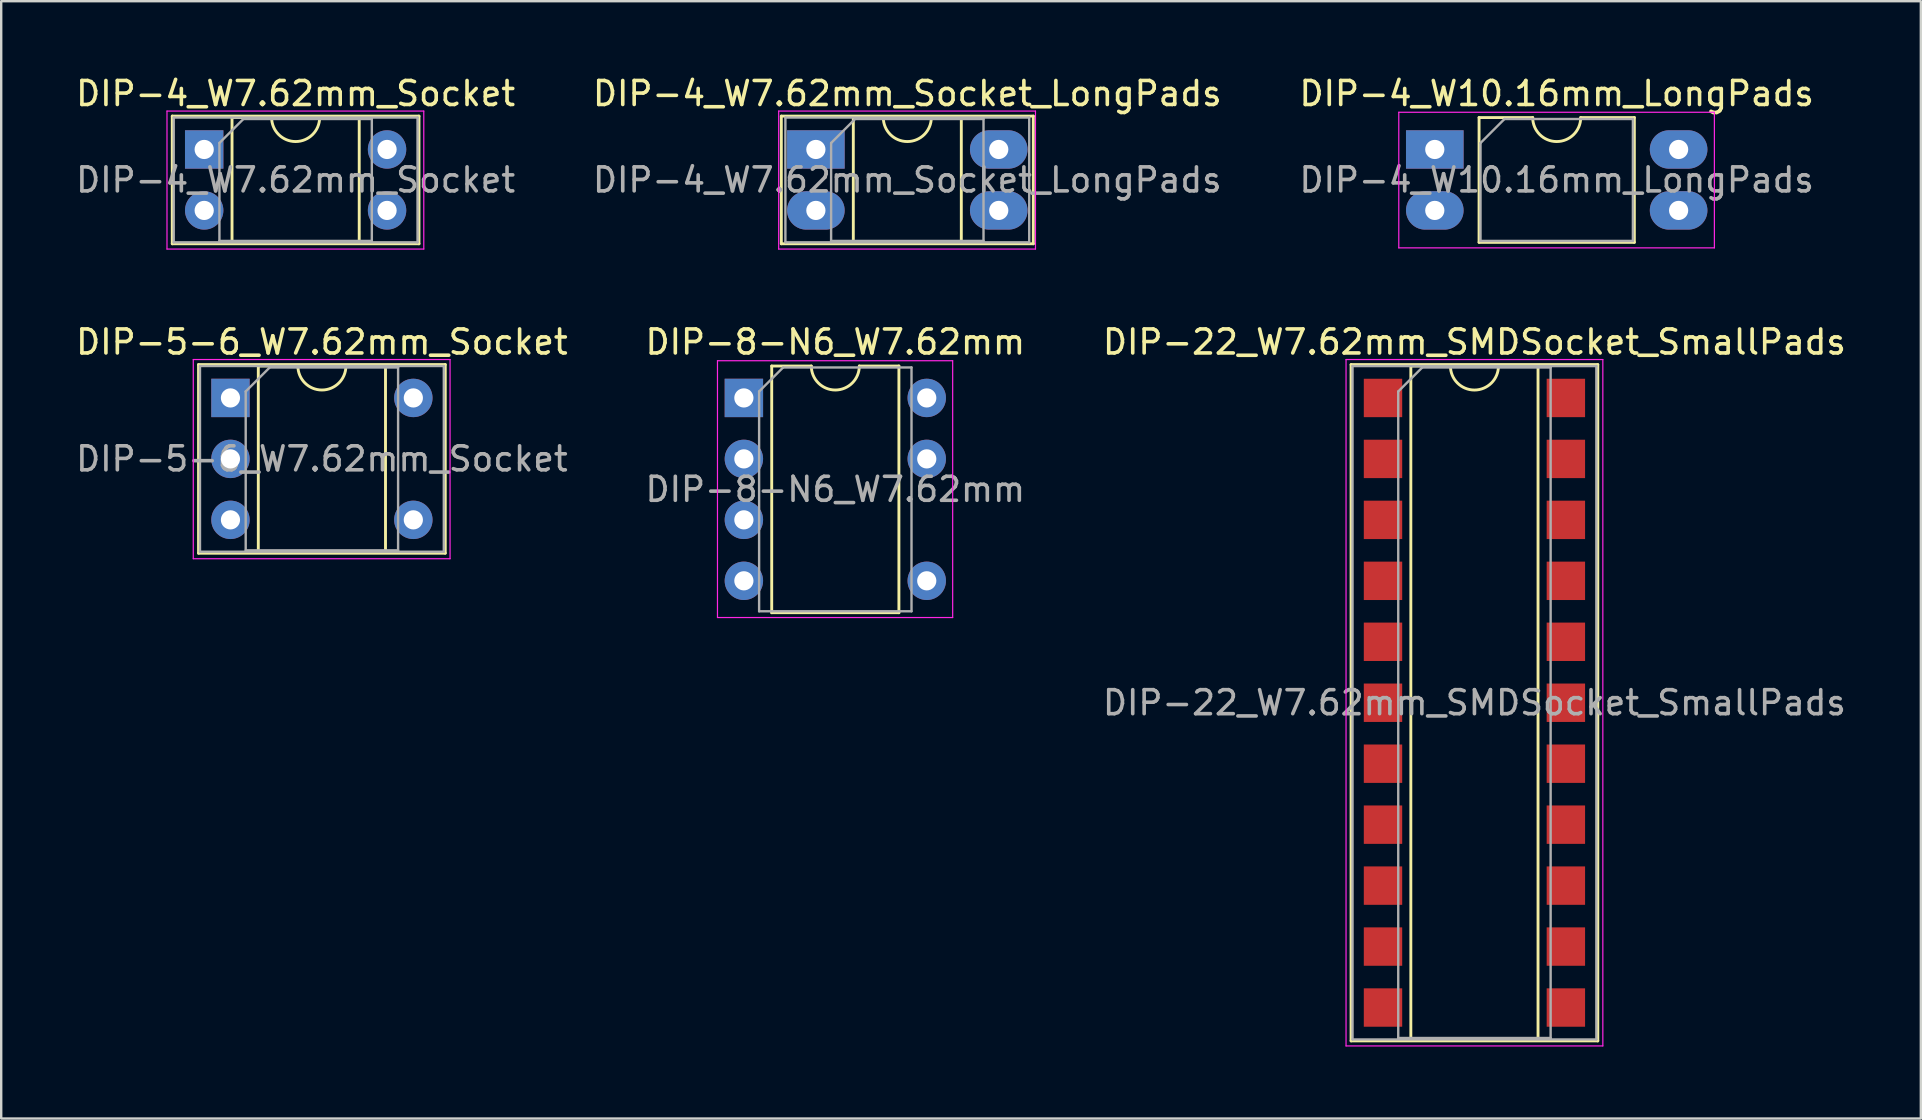
<source format=kicad_pcb>
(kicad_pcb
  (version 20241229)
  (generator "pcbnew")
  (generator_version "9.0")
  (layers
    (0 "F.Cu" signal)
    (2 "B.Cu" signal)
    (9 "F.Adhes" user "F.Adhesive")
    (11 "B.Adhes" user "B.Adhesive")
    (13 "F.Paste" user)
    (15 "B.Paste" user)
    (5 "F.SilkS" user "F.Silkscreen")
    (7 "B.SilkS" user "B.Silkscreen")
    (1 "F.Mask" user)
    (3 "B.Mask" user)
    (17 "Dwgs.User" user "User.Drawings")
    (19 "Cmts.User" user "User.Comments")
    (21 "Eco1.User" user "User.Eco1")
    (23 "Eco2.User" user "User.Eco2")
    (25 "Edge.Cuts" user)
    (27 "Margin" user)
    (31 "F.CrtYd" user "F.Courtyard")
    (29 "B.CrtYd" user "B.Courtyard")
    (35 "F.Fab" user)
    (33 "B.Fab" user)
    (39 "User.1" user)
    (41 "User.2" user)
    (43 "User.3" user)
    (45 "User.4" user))
  (footprint "DIP-4_W7.62mm_Socket"
    (layer "F.Cu")
    (at 5.458 3.178)
    (property "Reference" "DIP-4_W7.62mm_Socket" (at 3.81 -2.33 0) (layer "F.SilkS") (effects (font (size 1 1) (thickness 0.15))))
    (attr through_hole)
    (fp_line (start -1.33 -1.39) (end -1.33 3.93) (stroke (width 0.12) (type solid)) (layer "F.SilkS"))
    (fp_line (start -1.33 3.93) (end 8.95 3.93) (stroke (width 0.12) (type solid)) (layer "F.SilkS"))
    (fp_line (start 1.16 -1.33) (end 1.16 3.87) (stroke (width 0.12) (type solid)) (layer "F.SilkS"))
    (fp_line (start 1.16 3.87) (end 6.46 3.87) (stroke (width 0.12) (type solid)) (layer "F.SilkS"))
    (fp_line (start 2.81 -1.33) (end 1.16 -1.33) (stroke (width 0.12) (type solid)) (layer "F.SilkS"))
    (fp_line (start 6.46 -1.33) (end 4.81 -1.33) (stroke (width 0.12) (type solid)) (layer "F.SilkS"))
    (fp_line (start 6.46 3.87) (end 6.46 -1.33) (stroke (width 0.12) (type solid)) (layer "F.SilkS"))
    (fp_line (start 8.95 -1.39) (end -1.33 -1.39) (stroke (width 0.12) (type solid)) (layer "F.SilkS"))
    (fp_line (start 8.95 3.93) (end 8.95 -1.39) (stroke (width 0.12) (type solid)) (layer "F.SilkS"))
    (fp_arc (start 4.81 -1.33) (mid 3.81 -0.33) (end 2.81 -1.33) (stroke (width 0.12) (type solid)) (layer "F.SilkS"))
    (fp_line (start -1.55 -1.6) (end -1.55 4.15) (stroke (width 0.05) (type solid)) (layer "F.CrtYd"))
    (fp_line (start -1.55 4.15) (end 9.15 4.15) (stroke (width 0.05) (type solid)) (layer "F.CrtYd"))
    (fp_line (start 9.15 -1.6) (end -1.55 -1.6) (stroke (width 0.05) (type solid)) (layer "F.CrtYd"))
    (fp_line (start 9.15 4.15) (end 9.15 -1.6) (stroke (width 0.05) (type solid)) (layer "F.CrtYd"))
    (fp_line (start -1.27 -1.33) (end -1.27 3.87) (stroke (width 0.1) (type solid)) (layer "F.Fab"))
    (fp_line (start -1.27 3.87) (end 8.89 3.87) (stroke (width 0.1) (type solid)) (layer "F.Fab"))
    (fp_line (start 0.635 -0.27) (end 1.635 -1.27) (stroke (width 0.1) (type solid)) (layer "F.Fab"))
    (fp_line (start 0.635 3.81) (end 0.635 -0.27) (stroke (width 0.1) (type solid)) (layer "F.Fab"))
    (fp_line (start 1.635 -1.27) (end 6.985 -1.27) (stroke (width 0.1) (type solid)) (layer "F.Fab"))
    (fp_line (start 6.985 -1.27) (end 6.985 3.81) (stroke (width 0.1) (type solid)) (layer "F.Fab"))
    (fp_line (start 6.985 3.81) (end 0.635 3.81) (stroke (width 0.1) (type solid)) (layer "F.Fab"))
    (fp_line (start 8.89 -1.33) (end -1.27 -1.33) (stroke (width 0.1) (type solid)) (layer "F.Fab"))
    (fp_line (start 8.89 3.87) (end 8.89 -1.33) (stroke (width 0.1) (type solid)) (layer "F.Fab"))
    (fp_text user "${REFERENCE}" (at 3.81 1.27 0) (layer "F.Fab") (effects (font (size 1 1) (thickness 0.15))))
    (pad "1" thru_hole rect (at 0 0) (size 1.6 1.6) (drill 0.8) (layers "*.Cu" "*.Mask"))
    (pad "2" thru_hole oval (at 0 2.54) (size 1.6 1.6) (drill 0.8) (layers "*.Cu" "*.Mask"))
    (pad "3" thru_hole oval (at 7.62 2.54) (size 1.6 1.6) (drill 0.8) (layers "*.Cu" "*.Mask"))
    (pad "4" thru_hole oval (at 7.62 0) (size 1.6 1.6) (drill 0.8) (layers "*.Cu" "*.Mask")))
  (footprint "DIP-5-6_W7.62mm_Socket"
    (layer "F.Cu")
    (at 6.553 13.531)
    (property "Reference" "DIP-5-6_W7.62mm_Socket" (at 3.81 -2.33 0) (layer "F.SilkS") (effects (font (size 1 1) (thickness 0.15))))
    (attr through_hole)
    (fp_line (start -1.33 -1.39) (end -1.33 6.47) (stroke (width 0.12) (type solid)) (layer "F.SilkS"))
    (fp_line (start -1.33 6.47) (end 8.95 6.47) (stroke (width 0.12) (type solid)) (layer "F.SilkS"))
    (fp_line (start 1.16 -1.33) (end 1.16 6.41) (stroke (width 0.12) (type solid)) (layer "F.SilkS"))
    (fp_line (start 1.16 6.41) (end 6.46 6.41) (stroke (width 0.12) (type solid)) (layer "F.SilkS"))
    (fp_line (start 2.81 -1.33) (end 1.16 -1.33) (stroke (width 0.12) (type solid)) (layer "F.SilkS"))
    (fp_line (start 6.46 -1.33) (end 4.81 -1.33) (stroke (width 0.12) (type solid)) (layer "F.SilkS"))
    (fp_line (start 6.46 6.41) (end 6.46 -1.33) (stroke (width 0.12) (type solid)) (layer "F.SilkS"))
    (fp_line (start 8.95 -1.39) (end -1.33 -1.39) (stroke (width 0.12) (type solid)) (layer "F.SilkS"))
    (fp_line (start 8.95 6.47) (end 8.95 -1.39) (stroke (width 0.12) (type solid)) (layer "F.SilkS"))
    (fp_arc (start 4.81 -1.33) (mid 3.81 -0.33) (end 2.81 -1.33) (stroke (width 0.12) (type solid)) (layer "F.SilkS"))
    (fp_line (start -1.55 -1.6) (end -1.55 6.7) (stroke (width 0.05) (type solid)) (layer "F.CrtYd"))
    (fp_line (start -1.55 6.7) (end 9.15 6.7) (stroke (width 0.05) (type solid)) (layer "F.CrtYd"))
    (fp_line (start 9.15 -1.6) (end -1.55 -1.6) (stroke (width 0.05) (type solid)) (layer "F.CrtYd"))
    (fp_line (start 9.15 6.7) (end 9.15 -1.6) (stroke (width 0.05) (type solid)) (layer "F.CrtYd"))
    (fp_line (start -1.27 -1.33) (end -1.27 6.41) (stroke (width 0.1) (type solid)) (layer "F.Fab"))
    (fp_line (start -1.27 6.41) (end 8.89 6.41) (stroke (width 0.1) (type solid)) (layer "F.Fab"))
    (fp_line (start 0.635 -0.27) (end 1.635 -1.27) (stroke (width 0.1) (type solid)) (layer "F.Fab"))
    (fp_line (start 0.635 6.35) (end 0.635 -0.27) (stroke (width 0.1) (type solid)) (layer "F.Fab"))
    (fp_line (start 1.635 -1.27) (end 6.985 -1.27) (stroke (width 0.1) (type solid)) (layer "F.Fab"))
    (fp_line (start 6.985 -1.27) (end 6.985 6.35) (stroke (width 0.1) (type solid)) (layer "F.Fab"))
    (fp_line (start 6.985 6.35) (end 0.635 6.35) (stroke (width 0.1) (type solid)) (layer "F.Fab"))
    (fp_line (start 8.89 -1.33) (end -1.27 -1.33) (stroke (width 0.1) (type solid)) (layer "F.Fab"))
    (fp_line (start 8.89 6.41) (end 8.89 -1.33) (stroke (width 0.1) (type solid)) (layer "F.Fab"))
    (fp_text user "${REFERENCE}" (at 3.81 2.54 0) (layer "F.Fab") (effects (font (size 1 1) (thickness 0.15))))
    (pad "1" thru_hole rect (at 0 0) (size 1.6 1.6) (drill 0.8) (layers "*.Cu" "*.Mask"))
    (pad "2" thru_hole oval (at 0 2.54) (size 1.6 1.6) (drill 0.8) (layers "*.Cu" "*.Mask"))
    (pad "3" thru_hole oval (at 0 5.08) (size 1.6 1.6) (drill 0.8) (layers "*.Cu" "*.Mask"))
    (pad "4" thru_hole oval (at 7.62 5.08) (size 1.6 1.6) (drill 0.8) (layers "*.Cu" "*.Mask"))
    (pad "6" thru_hole oval (at 7.62 0) (size 1.6 1.6) (drill 0.8) (layers "*.Cu" "*.Mask")))
  (footprint "DIP-4_W10.16mm_LongPads"
    (layer "F.Cu")
    (at 56.735 3.178)
    (property "Reference" "DIP-4_W10.16mm_LongPads" (at 5.08 -2.33 0) (layer "F.SilkS") (effects (font (size 1 1) (thickness 0.15))))
    (attr through_hole)
    (fp_line (start 1.845 -1.33) (end 1.845 3.87) (stroke (width 0.12) (type solid)) (layer "F.SilkS"))
    (fp_line (start 1.845 3.87) (end 8.315 3.87) (stroke (width 0.12) (type solid)) (layer "F.SilkS"))
    (fp_line (start 4.08 -1.33) (end 1.845 -1.33) (stroke (width 0.12) (type solid)) (layer "F.SilkS"))
    (fp_line (start 8.315 -1.33) (end 6.08 -1.33) (stroke (width 0.12) (type solid)) (layer "F.SilkS"))
    (fp_line (start 8.315 3.87) (end 8.315 -1.33) (stroke (width 0.12) (type solid)) (layer "F.SilkS"))
    (fp_arc (start 6.08 -1.33) (mid 5.08 -0.33) (end 4.08 -1.33) (stroke (width 0.12) (type solid)) (layer "F.SilkS"))
    (fp_line (start -1.5 -1.55) (end -1.5 4.1) (stroke (width 0.05) (type solid)) (layer "F.CrtYd"))
    (fp_line (start -1.5 4.1) (end 11.65 4.1) (stroke (width 0.05) (type solid)) (layer "F.CrtYd"))
    (fp_line (start 11.65 -1.55) (end -1.5 -1.55) (stroke (width 0.05) (type solid)) (layer "F.CrtYd"))
    (fp_line (start 11.65 4.1) (end 11.65 -1.55) (stroke (width 0.05) (type solid)) (layer "F.CrtYd"))
    (fp_line (start 1.905 -0.27) (end 2.905 -1.27) (stroke (width 0.1) (type solid)) (layer "F.Fab"))
    (fp_line (start 1.905 3.81) (end 1.905 -0.27) (stroke (width 0.1) (type solid)) (layer "F.Fab"))
    (fp_line (start 2.905 -1.27) (end 8.255 -1.27) (stroke (width 0.1) (type solid)) (layer "F.Fab"))
    (fp_line (start 8.255 -1.27) (end 8.255 3.81) (stroke (width 0.1) (type solid)) (layer "F.Fab"))
    (fp_line (start 8.255 3.81) (end 1.905 3.81) (stroke (width 0.1) (type solid)) (layer "F.Fab"))
    (fp_text user "${REFERENCE}" (at 5.08 1.27 0) (layer "F.Fab") (effects (font (size 1 1) (thickness 0.15))))
    (pad "1" thru_hole rect (at 0 0) (size 2.4 1.6) (drill 0.8) (layers "*.Cu" "*.Mask"))
    (pad "2" thru_hole oval (at 0 2.54) (size 2.4 1.6) (drill 0.8) (layers "*.Cu" "*.Mask"))
    (pad "3" thru_hole oval (at 10.16 2.54) (size 2.4 1.6) (drill 0.8) (layers "*.Cu" "*.Mask"))
    (pad "4" thru_hole oval (at 10.16 0) (size 2.4 1.6) (drill 0.8) (layers "*.Cu" "*.Mask")))
  (footprint "DIP-8-N6_W7.62mm"
    (layer "F.Cu")
    (at 27.946 13.531)
    (property "Reference" "DIP-8-N6_W7.62mm" (at 3.81 -2.33 0) (layer "F.SilkS") (effects (font (size 1 1) (thickness 0.15))))
    (attr through_hole)
    (fp_line (start 1.16 -1.33) (end 1.16 8.95) (stroke (width 0.12) (type solid)) (layer "F.SilkS"))
    (fp_line (start 1.16 8.95) (end 6.46 8.95) (stroke (width 0.12) (type solid)) (layer "F.SilkS"))
    (fp_line (start 2.81 -1.33) (end 1.16 -1.33) (stroke (width 0.12) (type solid)) (layer "F.SilkS"))
    (fp_line (start 6.46 -1.33) (end 4.81 -1.33) (stroke (width 0.12) (type solid)) (layer "F.SilkS"))
    (fp_line (start 6.46 8.95) (end 6.46 -1.33) (stroke (width 0.12) (type solid)) (layer "F.SilkS"))
    (fp_arc (start 4.81 -1.33) (mid 3.81 -0.33) (end 2.81 -1.33) (stroke (width 0.12) (type solid)) (layer "F.SilkS"))
    (fp_line (start -1.1 -1.55) (end -1.1 9.15) (stroke (width 0.05) (type solid)) (layer "F.CrtYd"))
    (fp_line (start -1.1 9.15) (end 8.7 9.15) (stroke (width 0.05) (type solid)) (layer "F.CrtYd"))
    (fp_line (start 8.7 -1.55) (end -1.1 -1.55) (stroke (width 0.05) (type solid)) (layer "F.CrtYd"))
    (fp_line (start 8.7 9.15) (end 8.7 -1.55) (stroke (width 0.05) (type solid)) (layer "F.CrtYd"))
    (fp_line (start 0.635 -0.27) (end 1.635 -1.27) (stroke (width 0.1) (type solid)) (layer "F.Fab"))
    (fp_line (start 0.635 8.89) (end 0.635 -0.27) (stroke (width 0.1) (type solid)) (layer "F.Fab"))
    (fp_line (start 1.635 -1.27) (end 6.985 -1.27) (stroke (width 0.1) (type solid)) (layer "F.Fab"))
    (fp_line (start 6.985 -1.27) (end 6.985 8.89) (stroke (width 0.1) (type solid)) (layer "F.Fab"))
    (fp_line (start 6.985 8.89) (end 0.635 8.89) (stroke (width 0.1) (type solid)) (layer "F.Fab"))
    (fp_text user "${REFERENCE}" (at 3.81 3.81 0) (layer "F.Fab") (effects (font (size 1 1) (thickness 0.15))))
    (pad "1" thru_hole rect (at 0 0) (size 1.6 1.6) (drill 0.8) (layers "*.Cu" "*.Mask"))
    (pad "2" thru_hole oval (at 0 2.54) (size 1.6 1.6) (drill 0.8) (layers "*.Cu" "*.Mask"))
    (pad "3" thru_hole oval (at 0 5.08) (size 1.6 1.6) (drill 0.8) (layers "*.Cu" "*.Mask"))
    (pad "4" thru_hole oval (at 0 7.62) (size 1.6 1.6) (drill 0.8) (layers "*.Cu" "*.Mask"))
    (pad "5" thru_hole oval (at 7.62 7.62) (size 1.6 1.6) (drill 0.8) (layers "*.Cu" "*.Mask"))
    (pad "7" thru_hole oval (at 7.62 2.54) (size 1.6 1.6) (drill 0.8) (layers "*.Cu" "*.Mask"))
    (pad "8" thru_hole oval (at 7.62 0) (size 1.6 1.6) (drill 0.8) (layers "*.Cu" "*.Mask")))
  (footprint "DIP-4_W7.62mm_Socket_LongPads"
    (layer "F.Cu")
    (at 30.946 3.178)
    (property "Reference" "DIP-4_W7.62mm_Socket_LongPads" (at 3.81 -2.33 0) (layer "F.SilkS") (effects (font (size 1 1) (thickness 0.15))))
    (attr through_hole)
    (fp_line (start -1.44 -1.39) (end -1.44 3.93) (stroke (width 0.12) (type solid)) (layer "F.SilkS"))
    (fp_line (start -1.44 3.93) (end 9.06 3.93) (stroke (width 0.12) (type solid)) (layer "F.SilkS"))
    (fp_line (start 1.56 -1.33) (end 1.56 3.87) (stroke (width 0.12) (type solid)) (layer "F.SilkS"))
    (fp_line (start 1.56 3.87) (end 6.06 3.87) (stroke (width 0.12) (type solid)) (layer "F.SilkS"))
    (fp_line (start 2.81 -1.33) (end 1.56 -1.33) (stroke (width 0.12) (type solid)) (layer "F.SilkS"))
    (fp_line (start 6.06 -1.33) (end 4.81 -1.33) (stroke (width 0.12) (type solid)) (layer "F.SilkS"))
    (fp_line (start 6.06 3.87) (end 6.06 -1.33) (stroke (width 0.12) (type solid)) (layer "F.SilkS"))
    (fp_line (start 9.06 -1.39) (end -1.44 -1.39) (stroke (width 0.12) (type solid)) (layer "F.SilkS"))
    (fp_line (start 9.06 3.93) (end 9.06 -1.39) (stroke (width 0.12) (type solid)) (layer "F.SilkS"))
    (fp_arc (start 4.81 -1.33) (mid 3.81 -0.33) (end 2.81 -1.33) (stroke (width 0.12) (type solid)) (layer "F.SilkS"))
    (fp_line (start -1.55 -1.6) (end -1.55 4.15) (stroke (width 0.05) (type solid)) (layer "F.CrtYd"))
    (fp_line (start -1.55 4.15) (end 9.15 4.15) (stroke (width 0.05) (type solid)) (layer "F.CrtYd"))
    (fp_line (start 9.15 -1.6) (end -1.55 -1.6) (stroke (width 0.05) (type solid)) (layer "F.CrtYd"))
    (fp_line (start 9.15 4.15) (end 9.15 -1.6) (stroke (width 0.05) (type solid)) (layer "F.CrtYd"))
    (fp_line (start -1.27 -1.33) (end -1.27 3.87) (stroke (width 0.1) (type solid)) (layer "F.Fab"))
    (fp_line (start -1.27 3.87) (end 8.89 3.87) (stroke (width 0.1) (type solid)) (layer "F.Fab"))
    (fp_line (start 0.635 -0.27) (end 1.635 -1.27) (stroke (width 0.1) (type solid)) (layer "F.Fab"))
    (fp_line (start 0.635 3.81) (end 0.635 -0.27) (stroke (width 0.1) (type solid)) (layer "F.Fab"))
    (fp_line (start 1.635 -1.27) (end 6.985 -1.27) (stroke (width 0.1) (type solid)) (layer "F.Fab"))
    (fp_line (start 6.985 -1.27) (end 6.985 3.81) (stroke (width 0.1) (type solid)) (layer "F.Fab"))
    (fp_line (start 6.985 3.81) (end 0.635 3.81) (stroke (width 0.1) (type solid)) (layer "F.Fab"))
    (fp_line (start 8.89 -1.33) (end -1.27 -1.33) (stroke (width 0.1) (type solid)) (layer "F.Fab"))
    (fp_line (start 8.89 3.87) (end 8.89 -1.33) (stroke (width 0.1) (type solid)) (layer "F.Fab"))
    (fp_text user "${REFERENCE}" (at 3.81 1.27 0) (layer "F.Fab") (effects (font (size 1 1) (thickness 0.15))))
    (pad "1" thru_hole rect (at 0 0) (size 2.4 1.6) (drill 0.8) (layers "*.Cu" "*.Mask"))
    (pad "2" thru_hole oval (at 0 2.54) (size 2.4 1.6) (drill 0.8) (layers "*.Cu" "*.Mask"))
    (pad "3" thru_hole oval (at 7.62 2.54) (size 2.4 1.6) (drill 0.8) (layers "*.Cu" "*.Mask"))
    (pad "4" thru_hole oval (at 7.62 0) (size 2.4 1.6) (drill 0.8) (layers "*.Cu" "*.Mask")))
  (footprint "DIP-22_W7.62mm_SMDSocket_SmallPads"
    (layer "F.Cu")
    (at 58.387 26.232)
    (property "Reference" "DIP-22_W7.62mm_SMDSocket_SmallPads" (at 0 -15.03 0) (layer "F.SilkS") (effects (font (size 1 1) (thickness 0.15))))
    (attr smd)
    (fp_line (start -5.14 -14.09) (end -5.14 14.09) (stroke (width 0.12) (type solid)) (layer "F.SilkS"))
    (fp_line (start -5.14 14.09) (end 5.14 14.09) (stroke (width 0.12) (type solid)) (layer "F.SilkS"))
    (fp_line (start -2.65 -14.03) (end -2.65 14.03) (stroke (width 0.12) (type solid)) (layer "F.SilkS"))
    (fp_line (start -2.65 14.03) (end 2.65 14.03) (stroke (width 0.12) (type solid)) (layer "F.SilkS"))
    (fp_line (start -1 -14.03) (end -2.65 -14.03) (stroke (width 0.12) (type solid)) (layer "F.SilkS"))
    (fp_line (start 2.65 -14.03) (end 1 -14.03) (stroke (width 0.12) (type solid)) (layer "F.SilkS"))
    (fp_line (start 2.65 14.03) (end 2.65 -14.03) (stroke (width 0.12) (type solid)) (layer "F.SilkS"))
    (fp_line (start 5.14 -14.09) (end -5.14 -14.09) (stroke (width 0.12) (type solid)) (layer "F.SilkS"))
    (fp_line (start 5.14 14.09) (end 5.14 -14.09) (stroke (width 0.12) (type solid)) (layer "F.SilkS"))
    (fp_arc (start 1 -14.03) (mid 0 -13.03) (end -1 -14.03) (stroke (width 0.12) (type solid)) (layer "F.SilkS"))
    (fp_line (start -5.35 -14.3) (end -5.35 14.3) (stroke (width 0.05) (type solid)) (layer "F.CrtYd"))
    (fp_line (start -5.35 14.3) (end 5.35 14.3) (stroke (width 0.05) (type solid)) (layer "F.CrtYd"))
    (fp_line (start 5.35 -14.3) (end -5.35 -14.3) (stroke (width 0.05) (type solid)) (layer "F.CrtYd"))
    (fp_line (start 5.35 14.3) (end 5.35 -14.3) (stroke (width 0.05) (type solid)) (layer "F.CrtYd"))
    (fp_line (start -5.08 -14.03) (end -5.08 14.03) (stroke (width 0.1) (type solid)) (layer "F.Fab"))
    (fp_line (start -5.08 14.03) (end 5.08 14.03) (stroke (width 0.1) (type solid)) (layer "F.Fab"))
    (fp_line (start -3.175 -12.97) (end -2.175 -13.97) (stroke (width 0.1) (type solid)) (layer "F.Fab"))
    (fp_line (start -3.175 13.97) (end -3.175 -12.97) (stroke (width 0.1) (type solid)) (layer "F.Fab"))
    (fp_line (start -2.175 -13.97) (end 3.175 -13.97) (stroke (width 0.1) (type solid)) (layer "F.Fab"))
    (fp_line (start 3.175 -13.97) (end 3.175 13.97) (stroke (width 0.1) (type solid)) (layer "F.Fab"))
    (fp_line (start 3.175 13.97) (end -3.175 13.97) (stroke (width 0.1) (type solid)) (layer "F.Fab"))
    (fp_line (start 5.08 -14.03) (end -5.08 -14.03) (stroke (width 0.1) (type solid)) (layer "F.Fab"))
    (fp_line (start 5.08 14.03) (end 5.08 -14.03) (stroke (width 0.1) (type solid)) (layer "F.Fab"))
    (fp_text user "${REFERENCE}" (at 0 0 0) (layer "F.Fab") (effects (font (size 1 1) (thickness 0.15))))
    (pad "1" smd rect (at -3.81 -12.7) (size 1.6 1.6) (layers "F.Cu" "F.Mask" "F.Paste"))
    (pad "2" smd rect (at -3.81 -10.16) (size 1.6 1.6) (layers "F.Cu" "F.Mask" "F.Paste"))
    (pad "3" smd rect (at -3.81 -7.62) (size 1.6 1.6) (layers "F.Cu" "F.Mask" "F.Paste"))
    (pad "4" smd rect (at -3.81 -5.08) (size 1.6 1.6) (layers "F.Cu" "F.Mask" "F.Paste"))
    (pad "5" smd rect (at -3.81 -2.54) (size 1.6 1.6) (layers "F.Cu" "F.Mask" "F.Paste"))
    (pad "6" smd rect (at -3.81 0) (size 1.6 1.6) (layers "F.Cu" "F.Mask" "F.Paste"))
    (pad "7" smd rect (at -3.81 2.54) (size 1.6 1.6) (layers "F.Cu" "F.Mask" "F.Paste"))
    (pad "8" smd rect (at -3.81 5.08) (size 1.6 1.6) (layers "F.Cu" "F.Mask" "F.Paste"))
    (pad "9" smd rect (at -3.81 7.62) (size 1.6 1.6) (layers "F.Cu" "F.Mask" "F.Paste"))
    (pad "10" smd rect (at -3.81 10.16) (size 1.6 1.6) (layers "F.Cu" "F.Mask" "F.Paste"))
    (pad "11" smd rect (at -3.81 12.7) (size 1.6 1.6) (layers "F.Cu" "F.Mask" "F.Paste"))
    (pad "12" smd rect (at 3.81 12.7) (size 1.6 1.6) (layers "F.Cu" "F.Mask" "F.Paste"))
    (pad "13" smd rect (at 3.81 10.16) (size 1.6 1.6) (layers "F.Cu" "F.Mask" "F.Paste"))
    (pad "14" smd rect (at 3.81 7.62) (size 1.6 1.6) (layers "F.Cu" "F.Mask" "F.Paste"))
    (pad "15" smd rect (at 3.81 5.08) (size 1.6 1.6) (layers "F.Cu" "F.Mask" "F.Paste"))
    (pad "16" smd rect (at 3.81 2.54) (size 1.6 1.6) (layers "F.Cu" "F.Mask" "F.Paste"))
    (pad "17" smd rect (at 3.81 0) (size 1.6 1.6) (layers "F.Cu" "F.Mask" "F.Paste"))
    (pad "18" smd rect (at 3.81 -2.54) (size 1.6 1.6) (layers "F.Cu" "F.Mask" "F.Paste"))
    (pad "19" smd rect (at 3.81 -5.08) (size 1.6 1.6) (layers "F.Cu" "F.Mask" "F.Paste"))
    (pad "20" smd rect (at 3.81 -7.62) (size 1.6 1.6) (layers "F.Cu" "F.Mask" "F.Paste"))
    (pad "21" smd rect (at 3.81 -10.16) (size 1.6 1.6) (layers "F.Cu" "F.Mask" "F.Paste"))
    (pad "22" smd rect (at 3.81 -12.7) (size 1.6 1.6) (layers "F.Cu" "F.Mask" "F.Paste")))
  (gr_rect
    (start -3 -3)
    (end 76.988 43.556)
    (stroke (width 0.1) (type default))
    (fill no)
    (layer "Edge.Cuts")))
</source>
